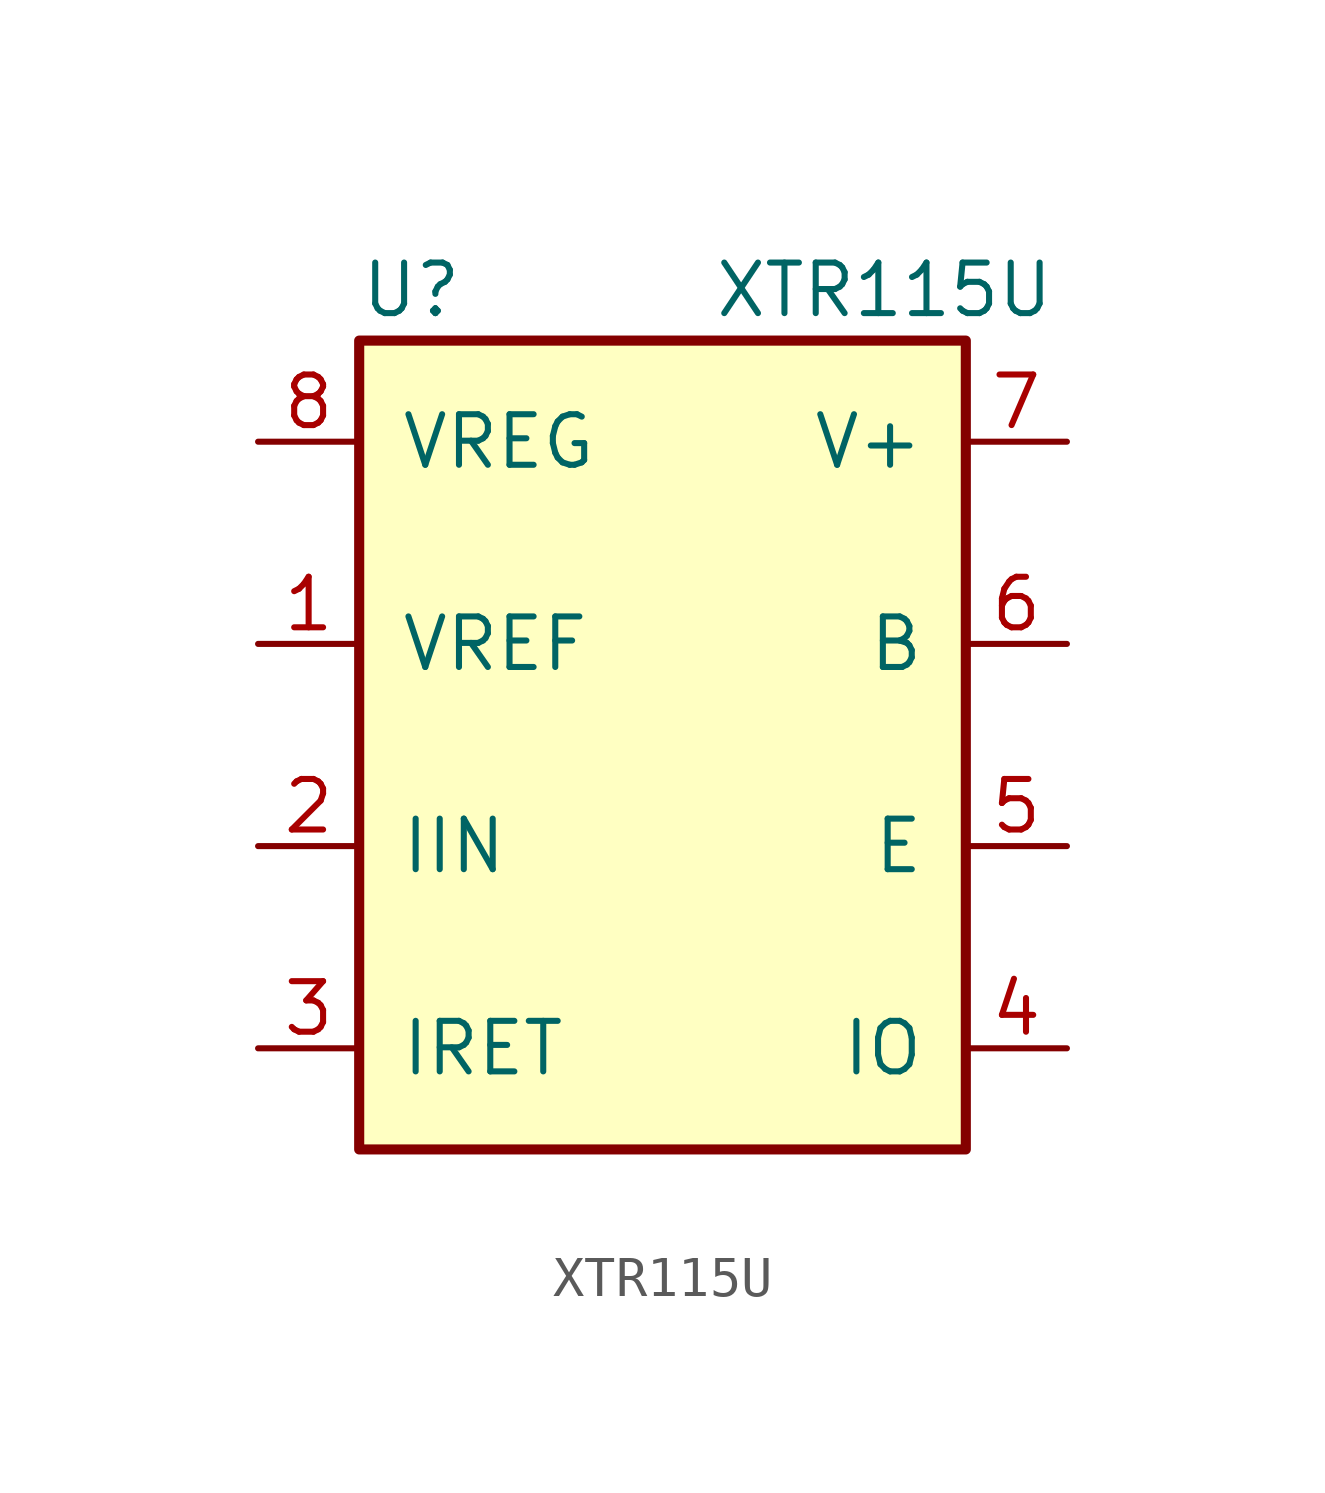
<source format=kicad_sym>
(kicad_symbol_lib
  (version 20231120)
  (generator "kicad_symbol_editor")
  (generator_version "8.0")
  (symbol "XTR115U"
    (pin_names
      (offset 1.016))
    (property "Reference" "U"
      (at -7.62 13.97 0)
      (effects (font (size 1.27 1.27)) (justify left)))
    (property "Value" "XTR115U"
      (at 1.27 13.97 0)
      (effects (font (size 1.27 1.27)) (justify left)))
    (symbol "XTR115U_0_1"
      (rectangle (start -7.62 12.7) (end 7.62 -7.62) (stroke (width 0.254) (type default)) (fill (type background))))
    (symbol "XTR115U_1_1"
      (pin output line (at -10.16 5.08 0) (length 2.54) (name "VREF" (effects (font (size 1.27 1.27)))) (number "1" (effects (font (size 1.27 1.27)))))
      (pin input line (at -10.16 0 0) (length 2.54) (name "IIN" (effects (font (size 1.27 1.27)))) (number "2" (effects (font (size 1.27 1.27)))))
      (pin input line (at -10.16 -5.08 0) (length 2.54) (name "IRET" (effects (font (size 1.27 1.27)))) (number "3" (effects (font (size 1.27 1.27)))))
      (pin passive line (at 10.16 -5.08 180) (length 2.54) (name "IO" (effects (font (size 1.27 1.27)))) (number "4" (effects (font (size 1.27 1.27)))))
      (pin passive line (at 10.16 0 180) (length 2.54) (name "E" (effects (font (size 1.27 1.27)))) (number "5" (effects (font (size 1.27 1.27)))))
      (pin output line (at 10.16 5.08 180) (length 2.54) (name "B" (effects (font (size 1.27 1.27)))) (number "6" (effects (font (size 1.27 1.27)))))
      (pin output line (at 10.16 10.16 180) (length 2.54) (name "V+" (effects (font (size 1.27 1.27)))) (number "7" (effects (font (size 1.27 1.27)))))
      (pin output line (at -10.16 10.16 0) (length 2.54) (name "VREG" (effects (font (size 1.27 1.27)))) (number "8" (effects (font (size 1.27 1.27))))))))
</source>
